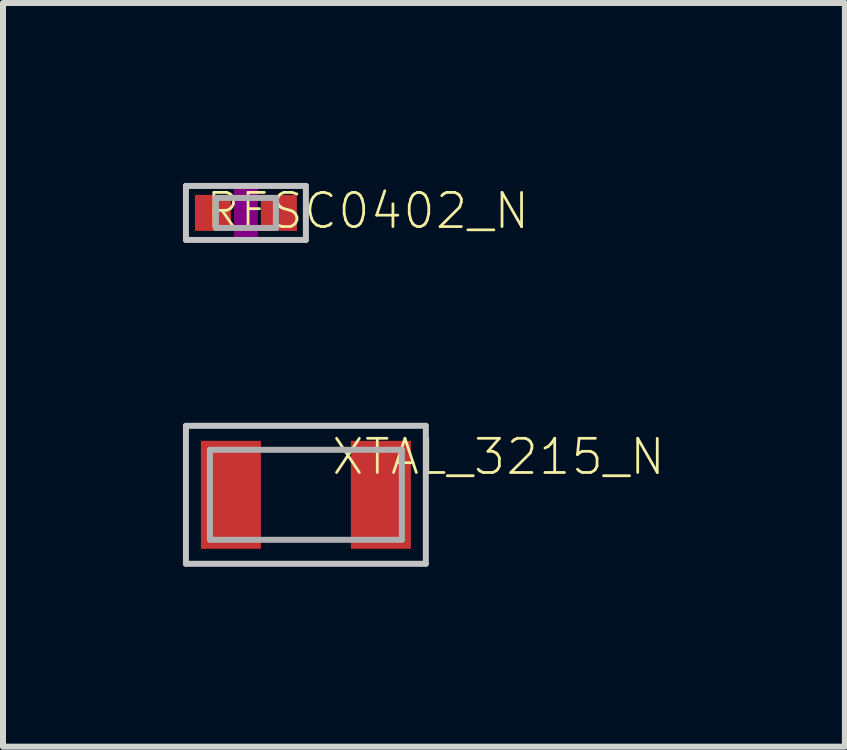
<source format=kicad_pcb>
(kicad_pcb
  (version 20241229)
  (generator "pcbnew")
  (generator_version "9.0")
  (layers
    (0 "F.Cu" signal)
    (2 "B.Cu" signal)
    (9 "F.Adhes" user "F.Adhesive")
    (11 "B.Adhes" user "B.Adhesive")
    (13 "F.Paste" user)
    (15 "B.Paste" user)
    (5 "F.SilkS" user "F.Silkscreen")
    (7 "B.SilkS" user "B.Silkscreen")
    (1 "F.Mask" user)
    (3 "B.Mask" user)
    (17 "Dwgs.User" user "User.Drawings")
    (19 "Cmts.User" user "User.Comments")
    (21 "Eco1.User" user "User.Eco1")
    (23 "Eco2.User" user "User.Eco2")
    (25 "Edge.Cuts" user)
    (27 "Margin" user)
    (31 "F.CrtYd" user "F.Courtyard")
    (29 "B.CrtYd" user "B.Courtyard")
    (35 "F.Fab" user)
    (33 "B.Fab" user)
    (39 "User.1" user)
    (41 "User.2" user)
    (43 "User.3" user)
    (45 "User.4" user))
  (footprint "RESC0402_N"
    (layer "F.Cu")
    (at 1.05 0.5)
    (property "Reference" "RESC0402_N" (at -0.7 0.3 0) (layer "F.SilkS") (effects (font (size 0.57 0.57) (thickness 0.046)) (justify left bottom)))
    (attr through_hole)
    (fp_poly (pts (xy -0.2 0.4) (xy 0.2 0.4) (xy 0.2 -0.4) (xy -0.2 -0.4)) (stroke (width 0) (type solid)) (fill yes) (layer "F.Adhes"))
    (fp_line (start -1 -0.45) (end -1 0.45) (stroke (width 0.1) (type solid)) (layer "Dwgs.User"))
    (fp_line (start -1 0.45) (end 1 0.45) (stroke (width 0.1) (type solid)) (layer "Dwgs.User"))
    (fp_line (start 1 -0.45) (end -1 -0.45) (stroke (width 0.1) (type solid)) (layer "Dwgs.User"))
    (fp_line (start 1 0.45) (end 1 -0.45) (stroke (width 0.1) (type solid)) (layer "Dwgs.User"))
    (fp_line (start -0.5 -0.25) (end 0.5 -0.25) (stroke (width 0.1) (type solid)) (layer "F.Fab"))
    (fp_line (start -0.5 0.25) (end -0.5 -0.25) (stroke (width 0.1) (type solid)) (layer "F.Fab"))
    (fp_line (start 0.5 -0.25) (end 0.5 0.25) (stroke (width 0.1) (type solid)) (layer "F.Fab"))
    (fp_line (start 0.5 0.25) (end -0.5 0.25) (stroke (width 0.1) (type solid)) (layer "F.Fab"))
    (pad "1" smd rect (at -0.55 0) (size 0.6 0.6) (layers "F.Cu" "F.Mask" "F.Paste"))
    (pad "2" smd rect (at 0.55 0) (size 0.6 0.6) (layers "F.Cu" "F.Mask" "F.Paste")))
  (footprint "XTAL_3215_N"
    (layer "F.Cu")
    (at 2.05 5.2)
    (property "Reference" "XTAL_3215_N" (at 0.4 -0.3 0) (layer "F.SilkS") (effects (font (size 0.57 0.57) (thickness 0.046)) (justify left bottom)))
    (attr through_hole)
    (fp_line (start -2 -1.15) (end -2 1.15) (stroke (width 0.1) (type solid)) (layer "Dwgs.User"))
    (fp_line (start -2 1.15) (end 2 1.15) (stroke (width 0.1) (type solid)) (layer "Dwgs.User"))
    (fp_line (start 2 -1.15) (end -2 -1.15) (stroke (width 0.1) (type solid)) (layer "Dwgs.User"))
    (fp_line (start 2 1.15) (end 2 -1.15) (stroke (width 0.1) (type solid)) (layer "Dwgs.User"))
    (fp_line (start -1.6 -0.75) (end -1.6 0.75) (stroke (width 0.1) (type solid)) (layer "F.Fab"))
    (fp_line (start -1.6 0.75) (end 1.6 0.75) (stroke (width 0.1) (type solid)) (layer "F.Fab"))
    (fp_line (start 1.6 -0.75) (end -1.6 -0.75) (stroke (width 0.1) (type solid)) (layer "F.Fab"))
    (fp_line (start 1.6 0.75) (end 1.6 -0.75) (stroke (width 0.1) (type solid)) (layer "F.Fab"))
    (pad "1" smd rect (at -1.25 0) (size 1 1.8) (layers "F.Cu" "F.Mask" "F.Paste"))
    (pad "2" smd rect (at 1.25 0) (size 1 1.8) (layers "F.Cu" "F.Mask" "F.Paste")))
  (gr_rect
    (start -3 -3)
    (end 11.037 9.4)
    (stroke (width 0.1) (type default))
    (fill no)
    (layer "Edge.Cuts")))
</source>
